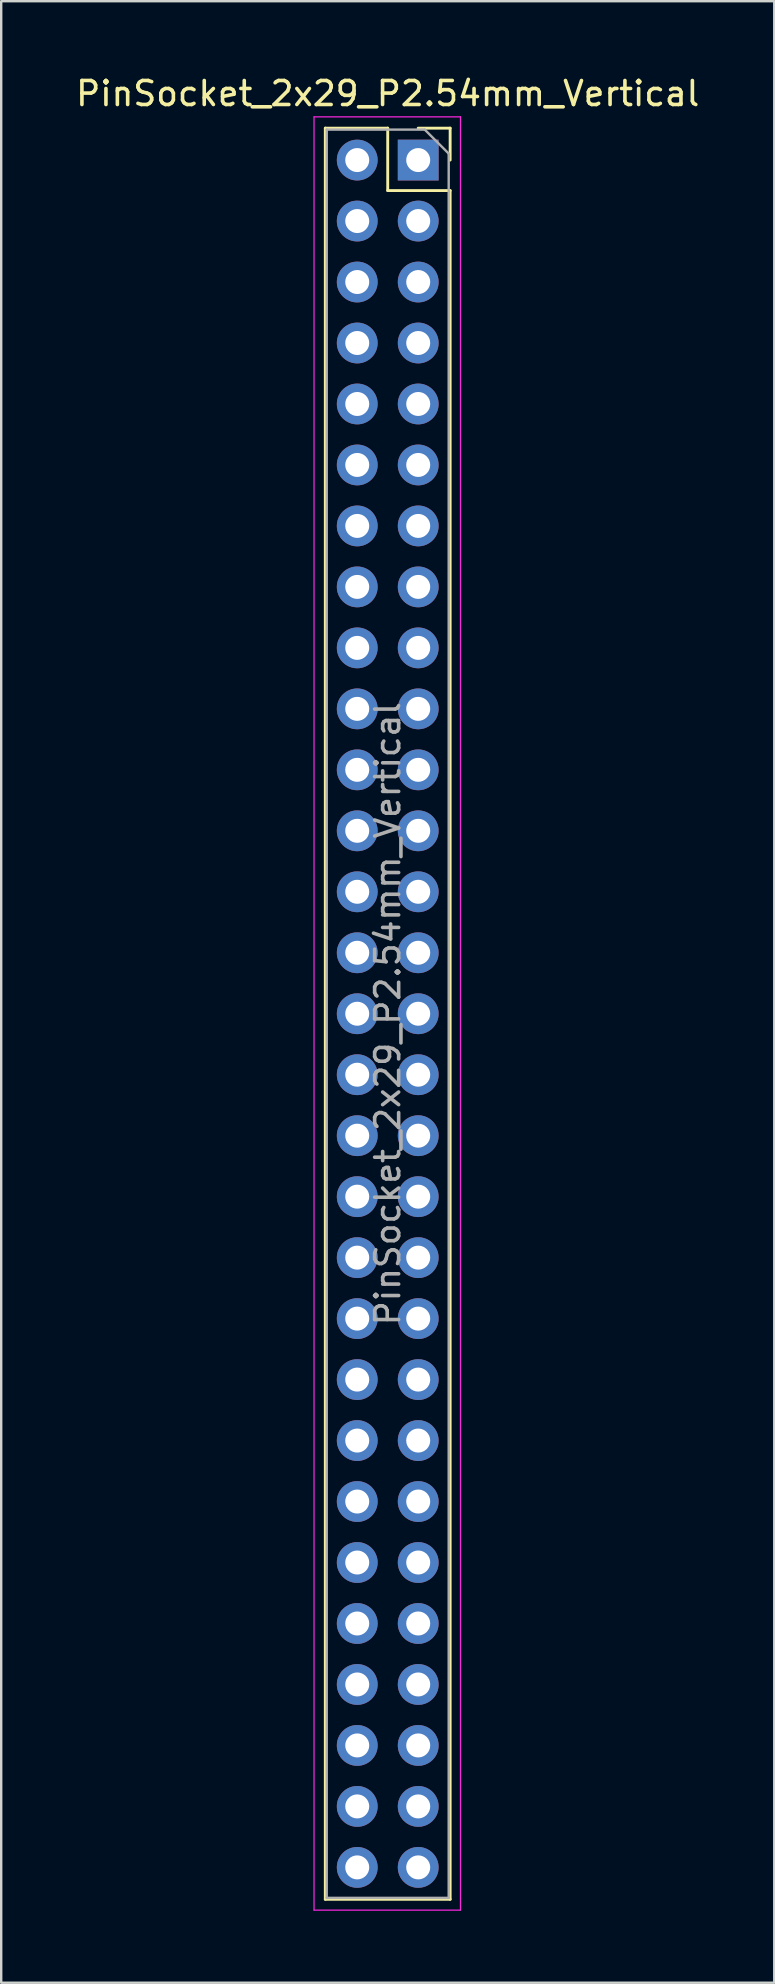
<source format=kicad_pcb>
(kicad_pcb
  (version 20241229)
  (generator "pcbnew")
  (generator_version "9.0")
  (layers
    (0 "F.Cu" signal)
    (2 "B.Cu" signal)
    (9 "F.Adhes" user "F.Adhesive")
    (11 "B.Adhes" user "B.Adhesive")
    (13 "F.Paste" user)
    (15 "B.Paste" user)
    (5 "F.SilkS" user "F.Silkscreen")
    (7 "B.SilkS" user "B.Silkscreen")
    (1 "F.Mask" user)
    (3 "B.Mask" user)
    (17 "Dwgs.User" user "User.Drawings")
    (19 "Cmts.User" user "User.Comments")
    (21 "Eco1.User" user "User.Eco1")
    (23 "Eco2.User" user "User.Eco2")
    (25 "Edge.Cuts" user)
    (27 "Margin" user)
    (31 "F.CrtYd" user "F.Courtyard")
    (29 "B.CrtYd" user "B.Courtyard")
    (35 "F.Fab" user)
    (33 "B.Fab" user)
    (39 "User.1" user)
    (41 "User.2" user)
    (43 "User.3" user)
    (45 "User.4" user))
  (footprint "PinSocket_2x29_P2.54mm_Vertical"
    (layer "F.Cu")
    (at 14.371 3.618)
    (property "Reference" "PinSocket_2x29_P2.54mm_Vertical" (at -1.27 -2.77 0) (layer "F.SilkS") (effects (font (size 1 1) (thickness 0.15))))
    (attr through_hole)
    (fp_line (start -3.87 -1.33) (end -3.87 72.45) (stroke (width 0.12) (type solid)) (layer "F.SilkS"))
    (fp_line (start -3.87 -1.33) (end -1.27 -1.33) (stroke (width 0.12) (type solid)) (layer "F.SilkS"))
    (fp_line (start -3.87 72.45) (end 1.33 72.45) (stroke (width 0.12) (type solid)) (layer "F.SilkS"))
    (fp_line (start -1.27 -1.33) (end -1.27 1.27) (stroke (width 0.12) (type solid)) (layer "F.SilkS"))
    (fp_line (start -1.27 1.27) (end 1.33 1.27) (stroke (width 0.12) (type solid)) (layer "F.SilkS"))
    (fp_line (start 0 -1.33) (end 1.33 -1.33) (stroke (width 0.12) (type solid)) (layer "F.SilkS"))
    (fp_line (start 1.33 -1.33) (end 1.33 0) (stroke (width 0.12) (type solid)) (layer "F.SilkS"))
    (fp_line (start 1.33 1.27) (end 1.33 72.45) (stroke (width 0.12) (type solid)) (layer "F.SilkS"))
    (fp_line (start -4.34 -1.8) (end 1.76 -1.8) (stroke (width 0.05) (type solid)) (layer "F.CrtYd"))
    (fp_line (start -4.34 72.9) (end -4.34 -1.8) (stroke (width 0.05) (type solid)) (layer "F.CrtYd"))
    (fp_line (start 1.76 -1.8) (end 1.76 72.9) (stroke (width 0.05) (type solid)) (layer "F.CrtYd"))
    (fp_line (start 1.76 72.9) (end -4.34 72.9) (stroke (width 0.05) (type solid)) (layer "F.CrtYd"))
    (fp_line (start -3.81 -1.27) (end 0.27 -1.27) (stroke (width 0.1) (type solid)) (layer "F.Fab"))
    (fp_line (start -3.81 72.39) (end -3.81 -1.27) (stroke (width 0.1) (type solid)) (layer "F.Fab"))
    (fp_line (start 0.27 -1.27) (end 1.27 -0.27) (stroke (width 0.1) (type solid)) (layer "F.Fab"))
    (fp_line (start 1.27 -0.27) (end 1.27 72.39) (stroke (width 0.1) (type solid)) (layer "F.Fab"))
    (fp_line (start 1.27 72.39) (end -3.81 72.39) (stroke (width 0.1) (type solid)) (layer "F.Fab"))
    (fp_text user "${REFERENCE}" (at -1.27 35.56 90) (layer "F.Fab") (effects (font (size 1 1) (thickness 0.15))))
    (pad "1" thru_hole rect (at 0 0) (size 1.7 1.7) (drill 1) (layers "*.Cu" "*.Mask"))
    (pad "2" thru_hole circle (at -2.54 0) (size 1.7 1.7) (drill 1) (layers "*.Cu" "*.Mask"))
    (pad "3" thru_hole circle (at 0 2.54) (size 1.7 1.7) (drill 1) (layers "*.Cu" "*.Mask"))
    (pad "4" thru_hole circle (at -2.54 2.54) (size 1.7 1.7) (drill 1) (layers "*.Cu" "*.Mask"))
    (pad "5" thru_hole circle (at 0 5.08) (size 1.7 1.7) (drill 1) (layers "*.Cu" "*.Mask"))
    (pad "6" thru_hole circle (at -2.54 5.08) (size 1.7 1.7) (drill 1) (layers "*.Cu" "*.Mask"))
    (pad "7" thru_hole circle (at 0 7.62) (size 1.7 1.7) (drill 1) (layers "*.Cu" "*.Mask"))
    (pad "8" thru_hole circle (at -2.54 7.62) (size 1.7 1.7) (drill 1) (layers "*.Cu" "*.Mask"))
    (pad "9" thru_hole circle (at 0 10.16) (size 1.7 1.7) (drill 1) (layers "*.Cu" "*.Mask"))
    (pad "10" thru_hole circle (at -2.54 10.16) (size 1.7 1.7) (drill 1) (layers "*.Cu" "*.Mask"))
    (pad "11" thru_hole circle (at 0 12.7) (size 1.7 1.7) (drill 1) (layers "*.Cu" "*.Mask"))
    (pad "12" thru_hole circle (at -2.54 12.7) (size 1.7 1.7) (drill 1) (layers "*.Cu" "*.Mask"))
    (pad "13" thru_hole circle (at 0 15.24) (size 1.7 1.7) (drill 1) (layers "*.Cu" "*.Mask"))
    (pad "14" thru_hole circle (at -2.54 15.24) (size 1.7 1.7) (drill 1) (layers "*.Cu" "*.Mask"))
    (pad "15" thru_hole circle (at 0 17.78) (size 1.7 1.7) (drill 1) (layers "*.Cu" "*.Mask"))
    (pad "16" thru_hole circle (at -2.54 17.78) (size 1.7 1.7) (drill 1) (layers "*.Cu" "*.Mask"))
    (pad "17" thru_hole circle (at 0 20.32) (size 1.7 1.7) (drill 1) (layers "*.Cu" "*.Mask"))
    (pad "18" thru_hole circle (at -2.54 20.32) (size 1.7 1.7) (drill 1) (layers "*.Cu" "*.Mask"))
    (pad "19" thru_hole circle (at 0 22.86) (size 1.7 1.7) (drill 1) (layers "*.Cu" "*.Mask"))
    (pad "20" thru_hole circle (at -2.54 22.86) (size 1.7 1.7) (drill 1) (layers "*.Cu" "*.Mask"))
    (pad "21" thru_hole circle (at 0 25.4) (size 1.7 1.7) (drill 1) (layers "*.Cu" "*.Mask"))
    (pad "22" thru_hole circle (at -2.54 25.4) (size 1.7 1.7) (drill 1) (layers "*.Cu" "*.Mask"))
    (pad "23" thru_hole circle (at 0 27.94) (size 1.7 1.7) (drill 1) (layers "*.Cu" "*.Mask"))
    (pad "24" thru_hole circle (at -2.54 27.94) (size 1.7 1.7) (drill 1) (layers "*.Cu" "*.Mask"))
    (pad "25" thru_hole circle (at 0 30.48) (size 1.7 1.7) (drill 1) (layers "*.Cu" "*.Mask"))
    (pad "26" thru_hole circle (at -2.54 30.48) (size 1.7 1.7) (drill 1) (layers "*.Cu" "*.Mask"))
    (pad "27" thru_hole circle (at 0 33.02) (size 1.7 1.7) (drill 1) (layers "*.Cu" "*.Mask"))
    (pad "28" thru_hole circle (at -2.54 33.02) (size 1.7 1.7) (drill 1) (layers "*.Cu" "*.Mask"))
    (pad "29" thru_hole circle (at 0 35.56) (size 1.7 1.7) (drill 1) (layers "*.Cu" "*.Mask"))
    (pad "30" thru_hole circle (at -2.54 35.56) (size 1.7 1.7) (drill 1) (layers "*.Cu" "*.Mask"))
    (pad "31" thru_hole circle (at 0 38.1) (size 1.7 1.7) (drill 1) (layers "*.Cu" "*.Mask"))
    (pad "32" thru_hole circle (at -2.54 38.1) (size 1.7 1.7) (drill 1) (layers "*.Cu" "*.Mask"))
    (pad "33" thru_hole circle (at 0 40.64) (size 1.7 1.7) (drill 1) (layers "*.Cu" "*.Mask"))
    (pad "34" thru_hole circle (at -2.54 40.64) (size 1.7 1.7) (drill 1) (layers "*.Cu" "*.Mask"))
    (pad "35" thru_hole circle (at 0 43.18) (size 1.7 1.7) (drill 1) (layers "*.Cu" "*.Mask"))
    (pad "36" thru_hole circle (at -2.54 43.18) (size 1.7 1.7) (drill 1) (layers "*.Cu" "*.Mask"))
    (pad "37" thru_hole circle (at 0 45.72) (size 1.7 1.7) (drill 1) (layers "*.Cu" "*.Mask"))
    (pad "38" thru_hole circle (at -2.54 45.72) (size 1.7 1.7) (drill 1) (layers "*.Cu" "*.Mask"))
    (pad "39" thru_hole circle (at 0 48.26) (size 1.7 1.7) (drill 1) (layers "*.Cu" "*.Mask"))
    (pad "40" thru_hole circle (at -2.54 48.26) (size 1.7 1.7) (drill 1) (layers "*.Cu" "*.Mask"))
    (pad "41" thru_hole circle (at 0 50.8) (size 1.7 1.7) (drill 1) (layers "*.Cu" "*.Mask"))
    (pad "42" thru_hole circle (at -2.54 50.8) (size 1.7 1.7) (drill 1) (layers "*.Cu" "*.Mask"))
    (pad "43" thru_hole circle (at 0 53.34) (size 1.7 1.7) (drill 1) (layers "*.Cu" "*.Mask"))
    (pad "44" thru_hole circle (at -2.54 53.34) (size 1.7 1.7) (drill 1) (layers "*.Cu" "*.Mask"))
    (pad "45" thru_hole circle (at 0 55.88) (size 1.7 1.7) (drill 1) (layers "*.Cu" "*.Mask"))
    (pad "46" thru_hole circle (at -2.54 55.88) (size 1.7 1.7) (drill 1) (layers "*.Cu" "*.Mask"))
    (pad "47" thru_hole circle (at 0 58.42) (size 1.7 1.7) (drill 1) (layers "*.Cu" "*.Mask"))
    (pad "48" thru_hole circle (at -2.54 58.42) (size 1.7 1.7) (drill 1) (layers "*.Cu" "*.Mask"))
    (pad "49" thru_hole circle (at 0 60.96) (size 1.7 1.7) (drill 1) (layers "*.Cu" "*.Mask"))
    (pad "50" thru_hole circle (at -2.54 60.96) (size 1.7 1.7) (drill 1) (layers "*.Cu" "*.Mask"))
    (pad "51" thru_hole circle (at 0 63.5) (size 1.7 1.7) (drill 1) (layers "*.Cu" "*.Mask"))
    (pad "52" thru_hole circle (at -2.54 63.5) (size 1.7 1.7) (drill 1) (layers "*.Cu" "*.Mask"))
    (pad "53" thru_hole circle (at 0 66.04) (size 1.7 1.7) (drill 1) (layers "*.Cu" "*.Mask"))
    (pad "54" thru_hole circle (at -2.54 66.04) (size 1.7 1.7) (drill 1) (layers "*.Cu" "*.Mask"))
    (pad "55" thru_hole circle (at 0 68.58) (size 1.7 1.7) (drill 1) (layers "*.Cu" "*.Mask"))
    (pad "56" thru_hole circle (at -2.54 68.58) (size 1.7 1.7) (drill 1) (layers "*.Cu" "*.Mask"))
    (pad "57" thru_hole circle (at 0 71.12) (size 1.7 1.7) (drill 1) (layers "*.Cu" "*.Mask"))
    (pad "58" thru_hole circle (at -2.54 71.12) (size 1.7 1.7) (drill 1) (layers "*.Cu" "*.Mask")))
  (gr_rect
    (start -3 -3)
    (end 29.202 79.543)
    (stroke (width 0.1) (type default))
    (fill no)
    (layer "Edge.Cuts")))
</source>
